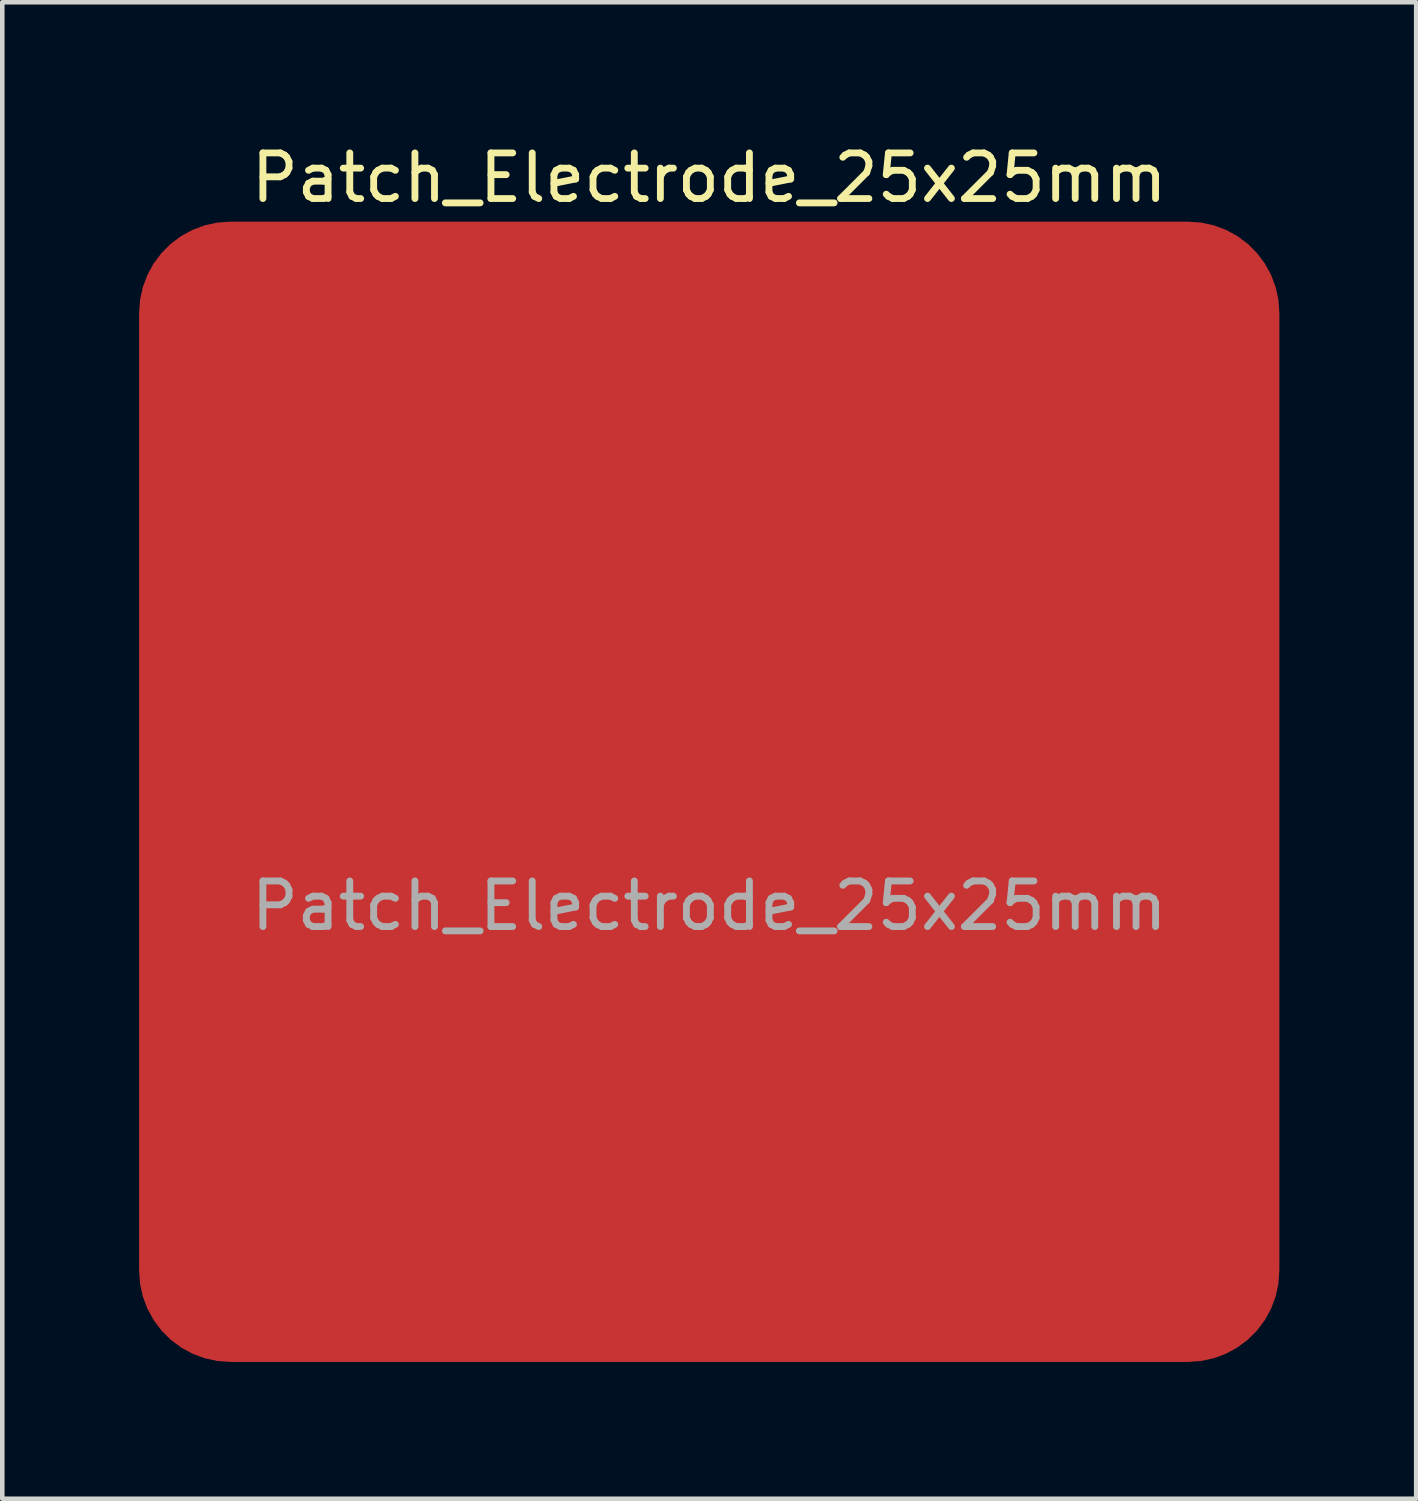
<source format=kicad_pcb>
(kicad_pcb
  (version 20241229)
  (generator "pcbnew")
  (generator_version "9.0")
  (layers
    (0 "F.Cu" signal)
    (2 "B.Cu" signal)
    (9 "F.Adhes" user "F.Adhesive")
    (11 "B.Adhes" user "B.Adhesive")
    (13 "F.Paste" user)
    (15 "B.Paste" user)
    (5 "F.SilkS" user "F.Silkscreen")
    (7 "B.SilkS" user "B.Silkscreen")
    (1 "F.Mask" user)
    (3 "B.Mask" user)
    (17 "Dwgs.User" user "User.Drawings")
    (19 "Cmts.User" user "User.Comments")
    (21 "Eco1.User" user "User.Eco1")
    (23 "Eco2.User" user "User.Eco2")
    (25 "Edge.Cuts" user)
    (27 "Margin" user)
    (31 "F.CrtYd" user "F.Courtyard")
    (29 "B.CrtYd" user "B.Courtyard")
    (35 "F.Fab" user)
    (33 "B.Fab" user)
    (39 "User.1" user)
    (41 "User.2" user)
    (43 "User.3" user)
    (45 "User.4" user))
  (footprint "Patch_Electrode_25x25mm"
    (layer "F.Cu")
    (at 12.5 14.31)
    (property "Reference" "Patch_Electrode_25x25mm" (at 0 -13.462 0) (unlocked yes) (layer "F.SilkS") (effects (font (size 1 1) (thickness 0.15))))
    (attr smd)
    (fp_text user "${REFERENCE}" (at 0 2.5 0) (unlocked yes) (layer "F.Fab") (effects (font (size 1 1) (thickness 0.15))))
    (pad "1" smd roundrect (at 0 0) (size 25 25) (layers "F.Cu" "F.Mask") (roundrect_rratio 0.08)))
  (gr_rect
    (start -3 -3)
    (end 28 29.81)
    (stroke (width 0.1) (type default))
    (fill no)
    (layer "Edge.Cuts")))
</source>
